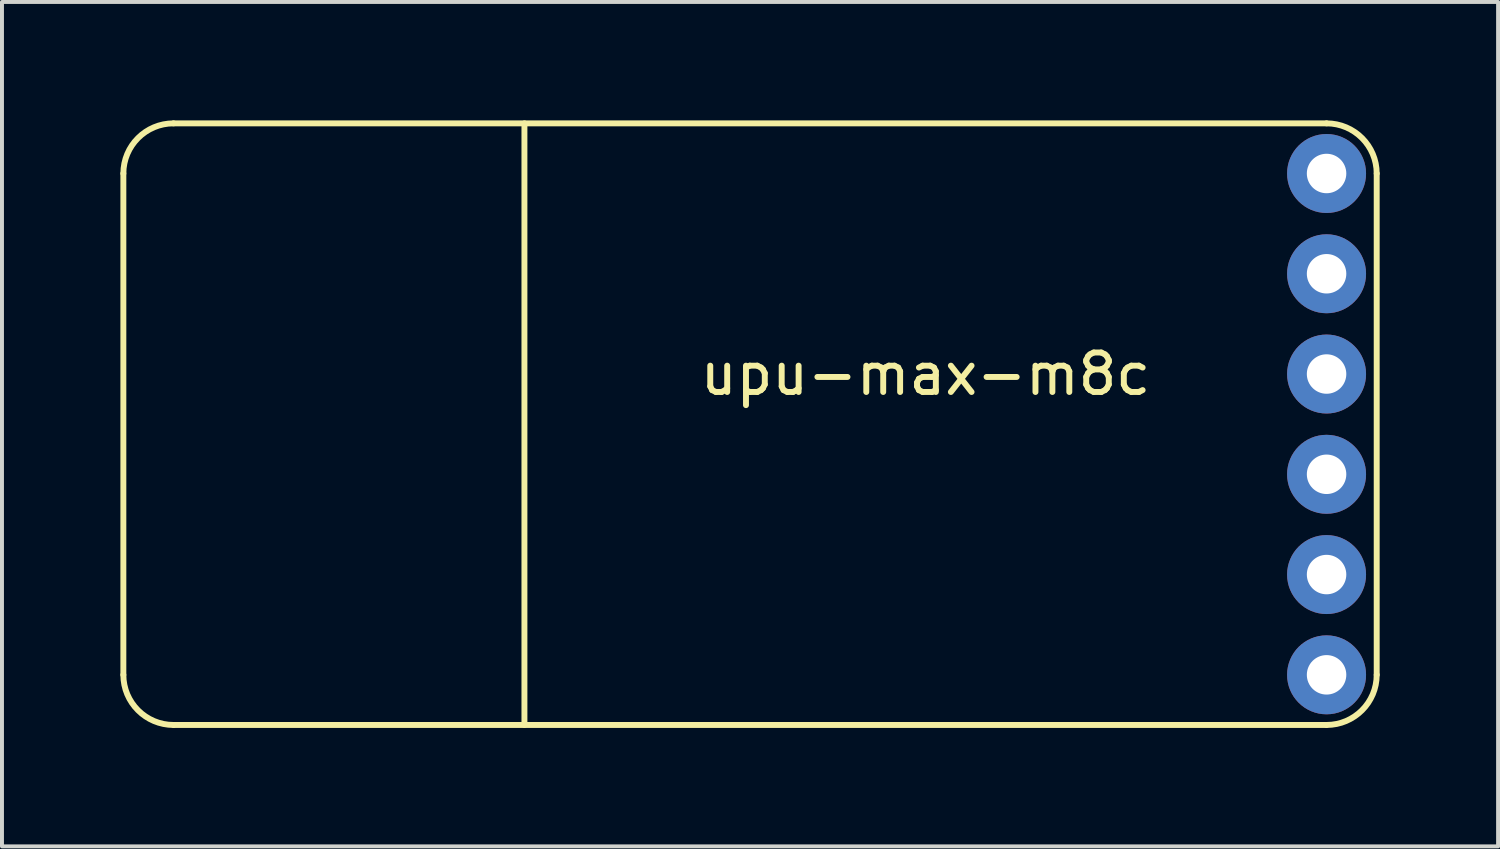
<source format=kicad_pcb>
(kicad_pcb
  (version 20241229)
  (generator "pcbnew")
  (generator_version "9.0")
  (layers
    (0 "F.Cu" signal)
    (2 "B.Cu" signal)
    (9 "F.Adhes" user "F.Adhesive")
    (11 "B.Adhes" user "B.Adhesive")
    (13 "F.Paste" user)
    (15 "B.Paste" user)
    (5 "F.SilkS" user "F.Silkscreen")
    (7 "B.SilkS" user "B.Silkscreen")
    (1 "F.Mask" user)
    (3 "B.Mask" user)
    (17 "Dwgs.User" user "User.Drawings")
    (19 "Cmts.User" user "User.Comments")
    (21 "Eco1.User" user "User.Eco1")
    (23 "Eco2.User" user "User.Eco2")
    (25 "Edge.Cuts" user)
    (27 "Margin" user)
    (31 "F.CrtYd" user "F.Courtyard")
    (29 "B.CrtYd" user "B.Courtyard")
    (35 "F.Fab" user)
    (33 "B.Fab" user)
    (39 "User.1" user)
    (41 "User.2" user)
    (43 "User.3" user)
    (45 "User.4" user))
  (footprint "upu-max-m8c"
    (layer "F.Cu")
    (at 30.555 14.045)
    (property "Reference" "upu-max-m8c" (at -10.16 -7.62 0) (unlocked yes) (layer "F.SilkS") (effects (font (size 1 1) (thickness 0.15))))
    (attr through_hole)
    (fp_line (start -30.48 0) (end -30.48 -12.7) (stroke (width 0.15) (type solid)) (layer "F.SilkS"))
    (fp_line (start -29.21 -13.97) (end 0 -13.97) (stroke (width 0.15) (type solid)) (layer "F.SilkS"))
    (fp_line (start -20.32 -13.97) (end -20.32 1.27) (stroke (width 0.15) (type solid)) (layer "F.SilkS"))
    (fp_line (start 0 1.27) (end -29.21 1.27) (stroke (width 0.15) (type solid)) (layer "F.SilkS"))
    (fp_line (start 1.27 -12.7) (end 1.27 0) (stroke (width 0.15) (type solid)) (layer "F.SilkS"))
    (fp_arc (start -30.48 -12.7) (mid -30.108026 -13.598026) (end -29.21 -13.97) (stroke (width 0.15) (type solid)) (layer "F.SilkS"))
    (fp_arc (start -29.21 1.27) (mid -30.108026 0.898026) (end -30.48 0) (stroke (width 0.15) (type solid)) (layer "F.SilkS"))
    (fp_arc (start 0 -13.97) (mid 0.898026 -13.598026) (end 1.27 -12.7) (stroke (width 0.15) (type solid)) (layer "F.SilkS"))
    (fp_arc (start 1.27 0) (mid 0.898026 0.898026) (end 0 1.27) (stroke (width 0.15) (type solid)) (layer "F.SilkS"))
    (pad "1" thru_hole circle (at 0 0) (size 2 2) (drill 1) (layers "*.Cu" "*.Mask"))
    (pad "2" thru_hole circle (at 0 -2.54) (size 2 2) (drill 1) (layers "*.Cu" "*.Mask"))
    (pad "3" thru_hole circle (at 0 -5.08) (size 2 2) (drill 1) (layers "*.Cu" "*.Mask"))
    (pad "4" thru_hole circle (at 0 -7.62) (size 2 2) (drill 1) (layers "*.Cu" "*.Mask"))
    (pad "5" thru_hole circle (at 0 -10.16) (size 2 2) (drill 1) (layers "*.Cu" "*.Mask"))
    (pad "6" thru_hole circle (at 0 -12.7) (size 2 2) (drill 1) (layers "*.Cu" "*.Mask"))
    (zone (net_name "") (layers "F.Cu" "B.Cu") (name "GPS_ANTENNA") (hatch edge 0.508) (connect_pads) (min_thickness 0.254) (filled_areas_thickness no) (keepout (tracks not_allowed) (vias not_allowed) (pads not_allowed) (copperpour not_allowed) (footprints not_allowed)) (placement (enabled no)) (fill) (polygon (pts (xy 10.235 15.315) (xy 0.075 15.315) (xy 0.075 0.075) (xy 10.235 0.075)))))
  (gr_rect
    (start -3 -3)
    (end 34.9 18.39)
    (stroke (width 0.1) (type default))
    (fill no)
    (layer "Edge.Cuts")))
</source>
